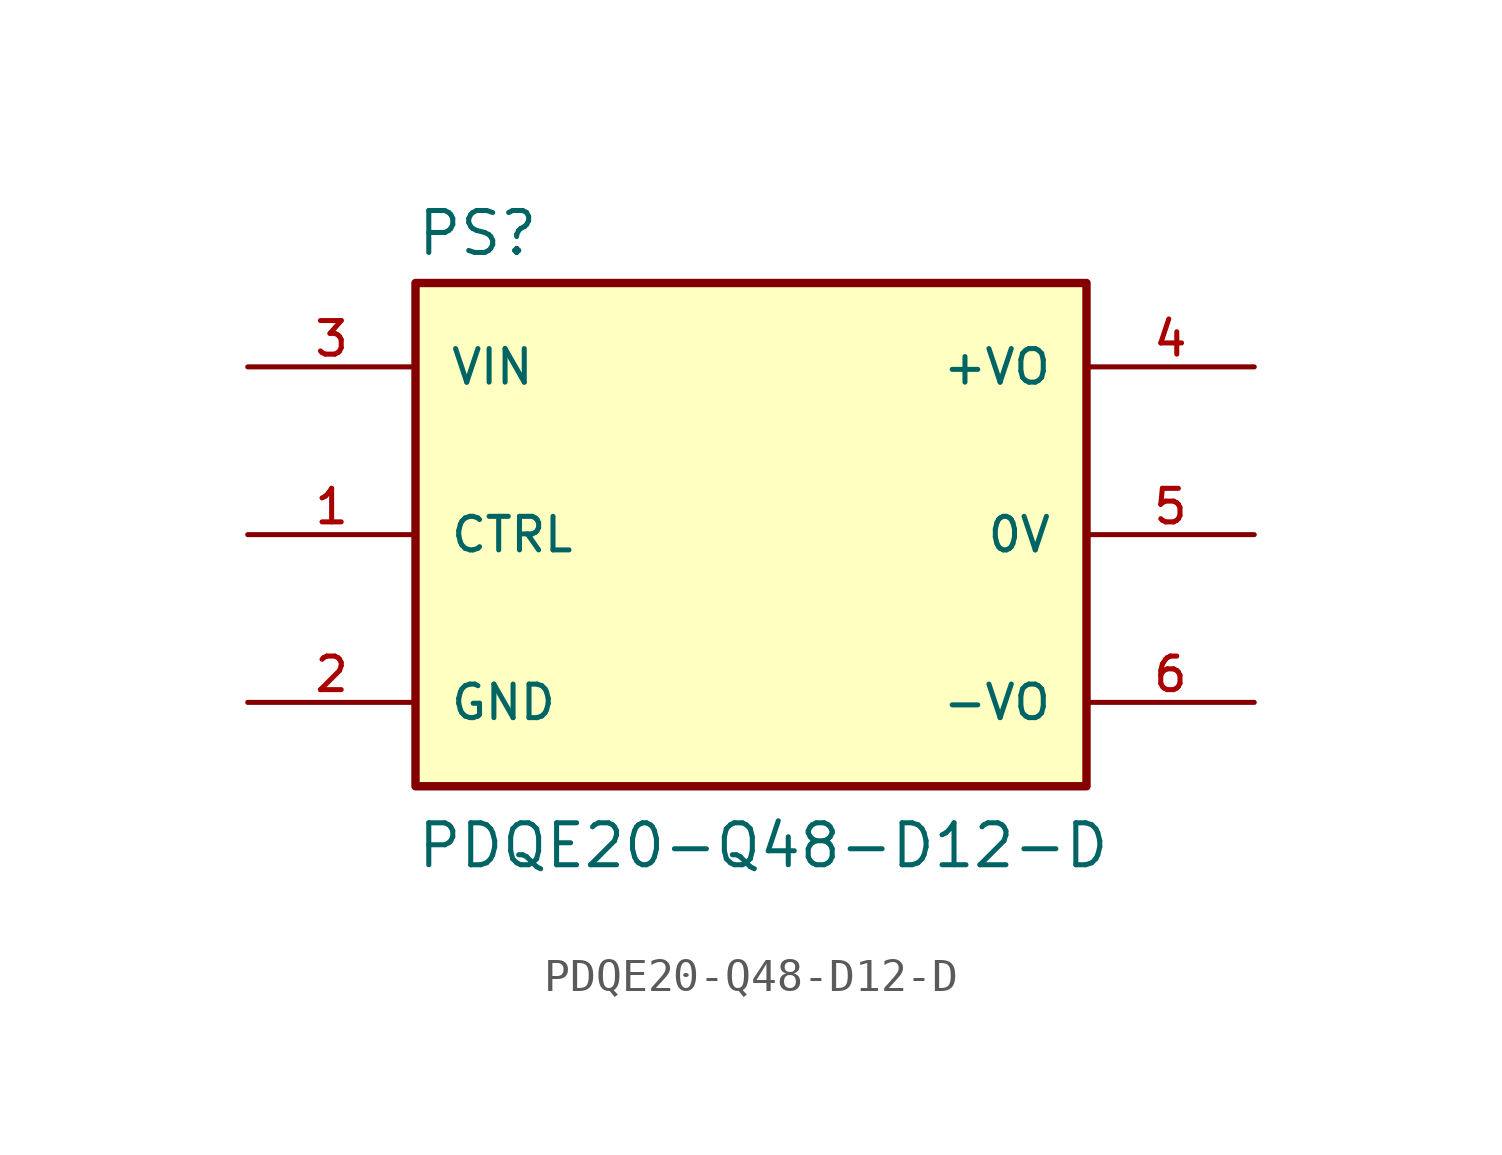
<source format=kicad_sym>
(kicad_symbol_lib
  (version 20220914)
  (generator kicad_symbol_editor)
  (symbol "PDQE20-Q48-D12-D"
    (pin_names
      (offset 1.016))
    (property "Reference" "PS"
      (at -10.16 8.382 0)
      (effects (font (size 1.27 1.27)) (justify left bottom)))
    (property "Value" "PDQE20-Q48-D12-D"
      (at -10.16 -10.16 0)
      (effects (font (size 1.27 1.27)) (justify left bottom)))
    (symbol "PDQE20-Q48-D12-D_0_0"
      (rectangle (start -10.16 7.62) (end 10.16 -7.62) (stroke (width 0.254) (type default)) (fill (type background)))
      (pin input line (at -15.24 0 0) (length 5.08) (name "CTRL" (effects (font (size 1.016 1.016)))) (number "1" (effects (font (size 1.016 1.016)))))
      (pin power_in line (at -15.24 -5.08 0) (length 5.08) (name "GND" (effects (font (size 1.016 1.016)))) (number "2" (effects (font (size 1.016 1.016)))))
      (pin input line (at -15.24 5.08 0) (length 5.08) (name "VIN" (effects (font (size 1.016 1.016)))) (number "3" (effects (font (size 1.016 1.016)))))
      (pin output line (at 15.24 5.08 180) (length 5.08) (name "+VO" (effects (font (size 1.016 1.016)))) (number "4" (effects (font (size 1.016 1.016)))))
      (pin output line (at 15.24 0 180) (length 5.08) (name "0V" (effects (font (size 1.016 1.016)))) (number "5" (effects (font (size 1.016 1.016)))))
      (pin output line (at 15.24 -5.08 180) (length 5.08) (name "-VO" (effects (font (size 1.016 1.016)))) (number "6" (effects (font (size 1.016 1.016))))))))
</source>
